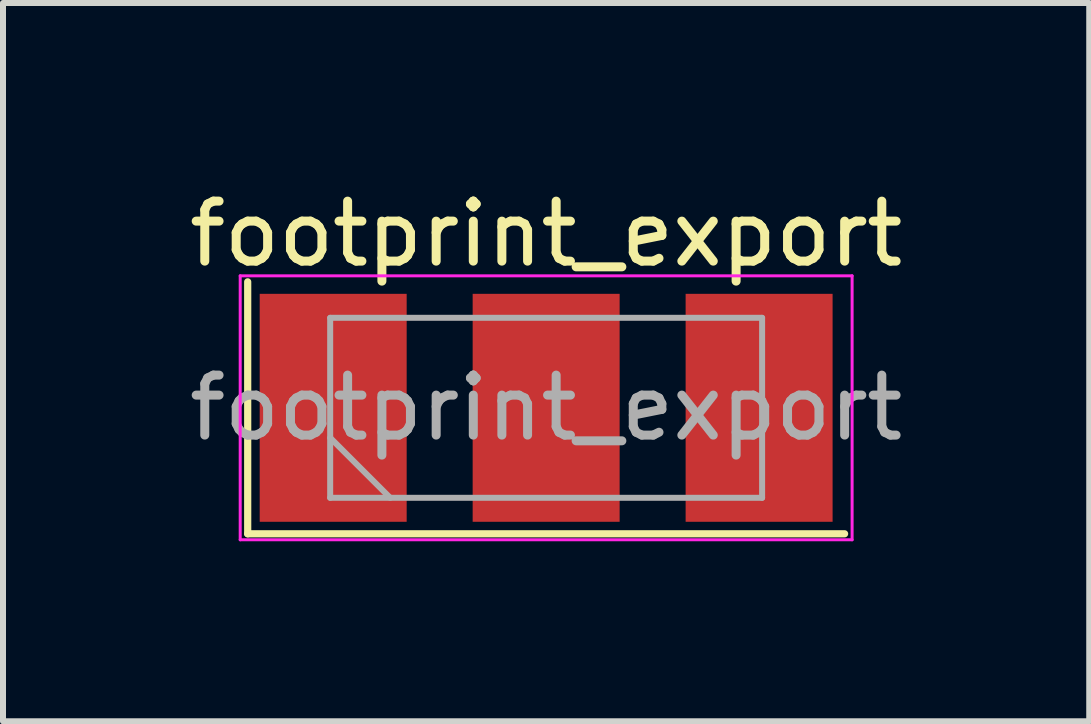
<source format=kicad_pcb>
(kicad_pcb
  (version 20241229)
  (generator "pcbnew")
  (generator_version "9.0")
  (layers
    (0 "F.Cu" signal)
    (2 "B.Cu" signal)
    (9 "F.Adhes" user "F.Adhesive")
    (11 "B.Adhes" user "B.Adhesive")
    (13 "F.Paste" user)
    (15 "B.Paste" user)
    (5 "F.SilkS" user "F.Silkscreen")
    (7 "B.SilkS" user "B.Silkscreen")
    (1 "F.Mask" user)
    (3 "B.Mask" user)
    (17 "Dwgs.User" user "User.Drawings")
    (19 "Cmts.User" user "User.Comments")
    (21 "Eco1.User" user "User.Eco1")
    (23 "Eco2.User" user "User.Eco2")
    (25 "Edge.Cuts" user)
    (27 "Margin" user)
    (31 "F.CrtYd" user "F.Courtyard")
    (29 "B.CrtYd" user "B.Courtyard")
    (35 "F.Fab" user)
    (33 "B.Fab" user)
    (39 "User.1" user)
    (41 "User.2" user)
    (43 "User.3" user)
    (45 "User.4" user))
  (footprint "footprint_export"
    (layer "F.Cu")
    (at 6.054 3.748)
    (property "Reference" "footprint_export" (at 0 -2.9 0) (layer "F.SilkS") (effects (font (size 1 1) (thickness 0.15))))
    (attr smd)
    (fp_line (start -4.975 -2.1) (end -4.975 2.1) (stroke (width 0.12) (type solid)) (layer "F.SilkS"))
    (fp_line (start -4.975 2.1) (end 4.975 2.1) (stroke (width 0.12) (type solid)) (layer "F.SilkS"))
    (fp_line (start -5.1 -2.2) (end -5.1 2.2) (stroke (width 0.05) (type solid)) (layer "F.CrtYd"))
    (fp_line (start -5.1 2.2) (end 5.1 2.2) (stroke (width 0.05) (type solid)) (layer "F.CrtYd"))
    (fp_line (start 5.1 -2.2) (end -5.1 -2.2) (stroke (width 0.05) (type solid)) (layer "F.CrtYd"))
    (fp_line (start 5.1 2.2) (end 5.1 -2.2) (stroke (width 0.05) (type solid)) (layer "F.CrtYd"))
    (fp_line (start -3.6 -1.5) (end -3.6 1.5) (stroke (width 0.1) (type solid)) (layer "F.Fab"))
    (fp_line (start -3.6 0.5) (end -2.6 1.5) (stroke (width 0.1) (type solid)) (layer "F.Fab"))
    (fp_line (start -3.6 1.5) (end 3.6 1.5) (stroke (width 0.1) (type solid)) (layer "F.Fab"))
    (fp_line (start 3.6 -1.5) (end -3.6 -1.5) (stroke (width 0.1) (type solid)) (layer "F.Fab"))
    (fp_line (start 3.6 1.5) (end 3.6 -1.5) (stroke (width 0.1) (type solid)) (layer "F.Fab"))
    (fp_text user "${REFERENCE}" (at 0 0 0) (layer "F.Fab") (effects (font (size 1 1) (thickness 0.15))))
    (pad "1" smd rect (at -3.55 0) (size 2.45 3.8) (layers "F.Cu" "F.Mask" "F.Paste"))
    (pad "2" smd rect (at 0 0) (size 2.45 3.8) (layers "F.Cu" "F.Mask" "F.Paste"))
    (pad "3" smd rect (at 3.55 0) (size 2.45 3.8) (layers "F.Cu" "F.Mask" "F.Paste")))
  (gr_rect
    (start -3 -3)
    (end 15.107 8.973)
    (stroke (width 0.1) (type default))
    (fill no)
    (layer "Edge.Cuts")))
</source>
